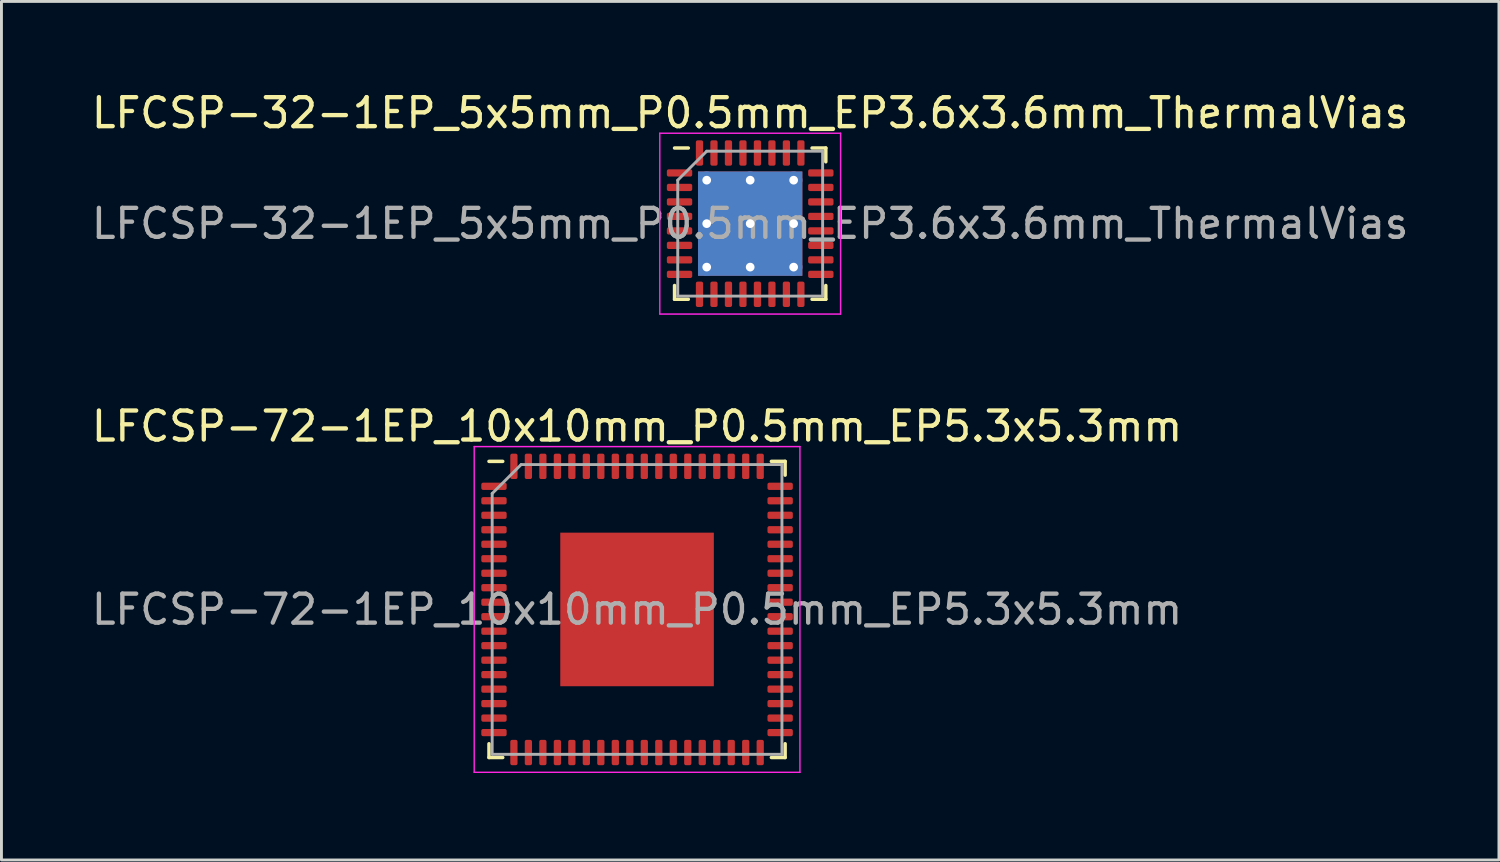
<source format=kicad_pcb>
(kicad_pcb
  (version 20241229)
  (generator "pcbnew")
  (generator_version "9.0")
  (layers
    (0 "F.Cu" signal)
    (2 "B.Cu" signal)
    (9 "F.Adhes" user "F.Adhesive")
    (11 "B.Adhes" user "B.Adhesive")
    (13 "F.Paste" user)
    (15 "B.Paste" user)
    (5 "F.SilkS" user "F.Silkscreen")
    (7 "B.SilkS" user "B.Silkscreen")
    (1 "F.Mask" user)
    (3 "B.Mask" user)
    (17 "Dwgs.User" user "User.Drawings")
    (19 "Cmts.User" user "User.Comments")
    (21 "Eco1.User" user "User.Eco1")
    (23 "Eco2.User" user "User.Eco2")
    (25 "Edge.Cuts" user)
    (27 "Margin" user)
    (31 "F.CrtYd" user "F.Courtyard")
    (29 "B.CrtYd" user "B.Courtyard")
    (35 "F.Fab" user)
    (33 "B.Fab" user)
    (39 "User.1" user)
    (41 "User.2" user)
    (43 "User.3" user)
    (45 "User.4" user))
  (footprint "LFCSP-72-1EP_10x10mm_P0.5mm_EP5.3x5.3mm"
    (layer "F.Cu")
    (at 18.935 17.982)
    (property "Reference" "LFCSP-72-1EP_10x10mm_P0.5mm_EP5.3x5.3mm" (at 0 -6.32 0) (layer "F.SilkS") (effects (font (size 1 1) (thickness 0.15))))
    (attr smd)
    (fp_line (start -5.11 5.11) (end -5.11 4.635) (stroke (width 0.12) (type solid)) (layer "F.SilkS"))
    (fp_line (start -4.635 -5.11) (end -5.11 -5.11) (stroke (width 0.12) (type solid)) (layer "F.SilkS"))
    (fp_line (start -4.635 5.11) (end -5.11 5.11) (stroke (width 0.12) (type solid)) (layer "F.SilkS"))
    (fp_line (start 4.635 -5.11) (end 5.11 -5.11) (stroke (width 0.12) (type solid)) (layer "F.SilkS"))
    (fp_line (start 4.635 5.11) (end 5.11 5.11) (stroke (width 0.12) (type solid)) (layer "F.SilkS"))
    (fp_line (start 5.11 -5.11) (end 5.11 -4.635) (stroke (width 0.12) (type solid)) (layer "F.SilkS"))
    (fp_line (start 5.11 5.11) (end 5.11 4.635) (stroke (width 0.12) (type solid)) (layer "F.SilkS"))
    (fp_line (start -5.62 -5.62) (end -5.62 5.62) (stroke (width 0.05) (type solid)) (layer "F.CrtYd"))
    (fp_line (start -5.62 5.62) (end 5.62 5.62) (stroke (width 0.05) (type solid)) (layer "F.CrtYd"))
    (fp_line (start 5.62 -5.62) (end -5.62 -5.62) (stroke (width 0.05) (type solid)) (layer "F.CrtYd"))
    (fp_line (start 5.62 5.62) (end 5.62 -5.62) (stroke (width 0.05) (type solid)) (layer "F.CrtYd"))
    (fp_line (start -5 -4) (end -4 -5) (stroke (width 0.1) (type solid)) (layer "F.Fab"))
    (fp_line (start -5 5) (end -5 -4) (stroke (width 0.1) (type solid)) (layer "F.Fab"))
    (fp_line (start -4 -5) (end 5 -5) (stroke (width 0.1) (type solid)) (layer "F.Fab"))
    (fp_line (start 5 -5) (end 5 5) (stroke (width 0.1) (type solid)) (layer "F.Fab"))
    (fp_line (start 5 5) (end -5 5) (stroke (width 0.1) (type solid)) (layer "F.Fab"))
    (fp_text user "${REFERENCE}" (at 0 0 0) (layer "F.Fab") (effects (font (size 1 1) (thickness 0.15))))
    (pad "" smd roundrect (at -1.77 -1.77) (size 1.42 1.42) (layers "F.Paste") (roundrect_rratio 0.176))
    (pad "" smd roundrect (at -1.77 0) (size 1.42 1.42) (layers "F.Paste") (roundrect_rratio 0.176))
    (pad "" smd roundrect (at -1.77 1.77) (size 1.42 1.42) (layers "F.Paste") (roundrect_rratio 0.176))
    (pad "" smd roundrect (at 0 -1.77) (size 1.42 1.42) (layers "F.Paste") (roundrect_rratio 0.176))
    (pad "" smd roundrect (at 0 0) (size 1.42 1.42) (layers "F.Paste") (roundrect_rratio 0.176))
    (pad "" smd roundrect (at 0 1.77) (size 1.42 1.42) (layers "F.Paste") (roundrect_rratio 0.176))
    (pad "" smd roundrect (at 1.77 -1.77) (size 1.42 1.42) (layers "F.Paste") (roundrect_rratio 0.176))
    (pad "" smd roundrect (at 1.77 0) (size 1.42 1.42) (layers "F.Paste") (roundrect_rratio 0.176))
    (pad "" smd roundrect (at 1.77 1.77) (size 1.42 1.42) (layers "F.Paste") (roundrect_rratio 0.176))
    (pad "1" smd roundrect (at -4.938 -4.25) (size 0.875 0.25) (layers "F.Cu" "F.Mask" "F.Paste") (roundrect_rratio 0.25))
    (pad "2" smd roundrect (at -4.938 -3.75) (size 0.875 0.25) (layers "F.Cu" "F.Mask" "F.Paste") (roundrect_rratio 0.25))
    (pad "3" smd roundrect (at -4.938 -3.25) (size 0.875 0.25) (layers "F.Cu" "F.Mask" "F.Paste") (roundrect_rratio 0.25))
    (pad "4" smd roundrect (at -4.938 -2.75) (size 0.875 0.25) (layers "F.Cu" "F.Mask" "F.Paste") (roundrect_rratio 0.25))
    (pad "5" smd roundrect (at -4.938 -2.25) (size 0.875 0.25) (layers "F.Cu" "F.Mask" "F.Paste") (roundrect_rratio 0.25))
    (pad "6" smd roundrect (at -4.938 -1.75) (size 0.875 0.25) (layers "F.Cu" "F.Mask" "F.Paste") (roundrect_rratio 0.25))
    (pad "7" smd roundrect (at -4.938 -1.25) (size 0.875 0.25) (layers "F.Cu" "F.Mask" "F.Paste") (roundrect_rratio 0.25))
    (pad "8" smd roundrect (at -4.938 -0.75) (size 0.875 0.25) (layers "F.Cu" "F.Mask" "F.Paste") (roundrect_rratio 0.25))
    (pad "9" smd roundrect (at -4.938 -0.25) (size 0.875 0.25) (layers "F.Cu" "F.Mask" "F.Paste") (roundrect_rratio 0.25))
    (pad "10" smd roundrect (at -4.938 0.25) (size 0.875 0.25) (layers "F.Cu" "F.Mask" "F.Paste") (roundrect_rratio 0.25))
    (pad "11" smd roundrect (at -4.938 0.75) (size 0.875 0.25) (layers "F.Cu" "F.Mask" "F.Paste") (roundrect_rratio 0.25))
    (pad "12" smd roundrect (at -4.938 1.25) (size 0.875 0.25) (layers "F.Cu" "F.Mask" "F.Paste") (roundrect_rratio 0.25))
    (pad "13" smd roundrect (at -4.938 1.75) (size 0.875 0.25) (layers "F.Cu" "F.Mask" "F.Paste") (roundrect_rratio 0.25))
    (pad "14" smd roundrect (at -4.938 2.25) (size 0.875 0.25) (layers "F.Cu" "F.Mask" "F.Paste") (roundrect_rratio 0.25))
    (pad "15" smd roundrect (at -4.938 2.75) (size 0.875 0.25) (layers "F.Cu" "F.Mask" "F.Paste") (roundrect_rratio 0.25))
    (pad "16" smd roundrect (at -4.938 3.25) (size 0.875 0.25) (layers "F.Cu" "F.Mask" "F.Paste") (roundrect_rratio 0.25))
    (pad "17" smd roundrect (at -4.938 3.75) (size 0.875 0.25) (layers "F.Cu" "F.Mask" "F.Paste") (roundrect_rratio 0.25))
    (pad "18" smd roundrect (at -4.938 4.25) (size 0.875 0.25) (layers "F.Cu" "F.Mask" "F.Paste") (roundrect_rratio 0.25))
    (pad "19" smd roundrect (at -4.25 4.938) (size 0.25 0.875) (layers "F.Cu" "F.Mask" "F.Paste") (roundrect_rratio 0.25))
    (pad "20" smd roundrect (at -3.75 4.938) (size 0.25 0.875) (layers "F.Cu" "F.Mask" "F.Paste") (roundrect_rratio 0.25))
    (pad "21" smd roundrect (at -3.25 4.938) (size 0.25 0.875) (layers "F.Cu" "F.Mask" "F.Paste") (roundrect_rratio 0.25))
    (pad "22" smd roundrect (at -2.75 4.938) (size 0.25 0.875) (layers "F.Cu" "F.Mask" "F.Paste") (roundrect_rratio 0.25))
    (pad "23" smd roundrect (at -2.25 4.938) (size 0.25 0.875) (layers "F.Cu" "F.Mask" "F.Paste") (roundrect_rratio 0.25))
    (pad "24" smd roundrect (at -1.75 4.938) (size 0.25 0.875) (layers "F.Cu" "F.Mask" "F.Paste") (roundrect_rratio 0.25))
    (pad "25" smd roundrect (at -1.25 4.938) (size 0.25 0.875) (layers "F.Cu" "F.Mask" "F.Paste") (roundrect_rratio 0.25))
    (pad "26" smd roundrect (at -0.75 4.938) (size 0.25 0.875) (layers "F.Cu" "F.Mask" "F.Paste") (roundrect_rratio 0.25))
    (pad "27" smd roundrect (at -0.25 4.938) (size 0.25 0.875) (layers "F.Cu" "F.Mask" "F.Paste") (roundrect_rratio 0.25))
    (pad "28" smd roundrect (at 0.25 4.938) (size 0.25 0.875) (layers "F.Cu" "F.Mask" "F.Paste") (roundrect_rratio 0.25))
    (pad "29" smd roundrect (at 0.75 4.938) (size 0.25 0.875) (layers "F.Cu" "F.Mask" "F.Paste") (roundrect_rratio 0.25))
    (pad "30" smd roundrect (at 1.25 4.938) (size 0.25 0.875) (layers "F.Cu" "F.Mask" "F.Paste") (roundrect_rratio 0.25))
    (pad "31" smd roundrect (at 1.75 4.938) (size 0.25 0.875) (layers "F.Cu" "F.Mask" "F.Paste") (roundrect_rratio 0.25))
    (pad "32" smd roundrect (at 2.25 4.938) (size 0.25 0.875) (layers "F.Cu" "F.Mask" "F.Paste") (roundrect_rratio 0.25))
    (pad "33" smd roundrect (at 2.75 4.938) (size 0.25 0.875) (layers "F.Cu" "F.Mask" "F.Paste") (roundrect_rratio 0.25))
    (pad "34" smd roundrect (at 3.25 4.938) (size 0.25 0.875) (layers "F.Cu" "F.Mask" "F.Paste") (roundrect_rratio 0.25))
    (pad "35" smd roundrect (at 3.75 4.938) (size 0.25 0.875) (layers "F.Cu" "F.Mask" "F.Paste") (roundrect_rratio 0.25))
    (pad "36" smd roundrect (at 4.25 4.938) (size 0.25 0.875) (layers "F.Cu" "F.Mask" "F.Paste") (roundrect_rratio 0.25))
    (pad "37" smd roundrect (at 4.938 4.25) (size 0.875 0.25) (layers "F.Cu" "F.Mask" "F.Paste") (roundrect_rratio 0.25))
    (pad "38" smd roundrect (at 4.938 3.75) (size 0.875 0.25) (layers "F.Cu" "F.Mask" "F.Paste") (roundrect_rratio 0.25))
    (pad "39" smd roundrect (at 4.938 3.25) (size 0.875 0.25) (layers "F.Cu" "F.Mask" "F.Paste") (roundrect_rratio 0.25))
    (pad "40" smd roundrect (at 4.938 2.75) (size 0.875 0.25) (layers "F.Cu" "F.Mask" "F.Paste") (roundrect_rratio 0.25))
    (pad "41" smd roundrect (at 4.938 2.25) (size 0.875 0.25) (layers "F.Cu" "F.Mask" "F.Paste") (roundrect_rratio 0.25))
    (pad "42" smd roundrect (at 4.938 1.75) (size 0.875 0.25) (layers "F.Cu" "F.Mask" "F.Paste") (roundrect_rratio 0.25))
    (pad "43" smd roundrect (at 4.938 1.25) (size 0.875 0.25) (layers "F.Cu" "F.Mask" "F.Paste") (roundrect_rratio 0.25))
    (pad "44" smd roundrect (at 4.938 0.75) (size 0.875 0.25) (layers "F.Cu" "F.Mask" "F.Paste") (roundrect_rratio 0.25))
    (pad "45" smd roundrect (at 4.938 0.25) (size 0.875 0.25) (layers "F.Cu" "F.Mask" "F.Paste") (roundrect_rratio 0.25))
    (pad "46" smd roundrect (at 4.938 -0.25) (size 0.875 0.25) (layers "F.Cu" "F.Mask" "F.Paste") (roundrect_rratio 0.25))
    (pad "47" smd roundrect (at 4.938 -0.75) (size 0.875 0.25) (layers "F.Cu" "F.Mask" "F.Paste") (roundrect_rratio 0.25))
    (pad "48" smd roundrect (at 4.938 -1.25) (size 0.875 0.25) (layers "F.Cu" "F.Mask" "F.Paste") (roundrect_rratio 0.25))
    (pad "49" smd roundrect (at 4.938 -1.75) (size 0.875 0.25) (layers "F.Cu" "F.Mask" "F.Paste") (roundrect_rratio 0.25))
    (pad "50" smd roundrect (at 4.938 -2.25) (size 0.875 0.25) (layers "F.Cu" "F.Mask" "F.Paste") (roundrect_rratio 0.25))
    (pad "51" smd roundrect (at 4.938 -2.75) (size 0.875 0.25) (layers "F.Cu" "F.Mask" "F.Paste") (roundrect_rratio 0.25))
    (pad "52" smd roundrect (at 4.938 -3.25) (size 0.875 0.25) (layers "F.Cu" "F.Mask" "F.Paste") (roundrect_rratio 0.25))
    (pad "53" smd roundrect (at 4.938 -3.75) (size 0.875 0.25) (layers "F.Cu" "F.Mask" "F.Paste") (roundrect_rratio 0.25))
    (pad "54" smd roundrect (at 4.938 -4.25) (size 0.875 0.25) (layers "F.Cu" "F.Mask" "F.Paste") (roundrect_rratio 0.25))
    (pad "55" smd roundrect (at 4.25 -4.938) (size 0.25 0.875) (layers "F.Cu" "F.Mask" "F.Paste") (roundrect_rratio 0.25))
    (pad "56" smd roundrect (at 3.75 -4.938) (size 0.25 0.875) (layers "F.Cu" "F.Mask" "F.Paste") (roundrect_rratio 0.25))
    (pad "57" smd roundrect (at 3.25 -4.938) (size 0.25 0.875) (layers "F.Cu" "F.Mask" "F.Paste") (roundrect_rratio 0.25))
    (pad "58" smd roundrect (at 2.75 -4.938) (size 0.25 0.875) (layers "F.Cu" "F.Mask" "F.Paste") (roundrect_rratio 0.25))
    (pad "59" smd roundrect (at 2.25 -4.938) (size 0.25 0.875) (layers "F.Cu" "F.Mask" "F.Paste") (roundrect_rratio 0.25))
    (pad "60" smd roundrect (at 1.75 -4.938) (size 0.25 0.875) (layers "F.Cu" "F.Mask" "F.Paste") (roundrect_rratio 0.25))
    (pad "61" smd roundrect (at 1.25 -4.938) (size 0.25 0.875) (layers "F.Cu" "F.Mask" "F.Paste") (roundrect_rratio 0.25))
    (pad "62" smd roundrect (at 0.75 -4.938) (size 0.25 0.875) (layers "F.Cu" "F.Mask" "F.Paste") (roundrect_rratio 0.25))
    (pad "63" smd roundrect (at 0.25 -4.938) (size 0.25 0.875) (layers "F.Cu" "F.Mask" "F.Paste") (roundrect_rratio 0.25))
    (pad "64" smd roundrect (at -0.25 -4.938) (size 0.25 0.875) (layers "F.Cu" "F.Mask" "F.Paste") (roundrect_rratio 0.25))
    (pad "65" smd roundrect (at -0.75 -4.938) (size 0.25 0.875) (layers "F.Cu" "F.Mask" "F.Paste") (roundrect_rratio 0.25))
    (pad "66" smd roundrect (at -1.25 -4.938) (size 0.25 0.875) (layers "F.Cu" "F.Mask" "F.Paste") (roundrect_rratio 0.25))
    (pad "67" smd roundrect (at -1.75 -4.938) (size 0.25 0.875) (layers "F.Cu" "F.Mask" "F.Paste") (roundrect_rratio 0.25))
    (pad "68" smd roundrect (at -2.25 -4.938) (size 0.25 0.875) (layers "F.Cu" "F.Mask" "F.Paste") (roundrect_rratio 0.25))
    (pad "69" smd roundrect (at -2.75 -4.938) (size 0.25 0.875) (layers "F.Cu" "F.Mask" "F.Paste") (roundrect_rratio 0.25))
    (pad "70" smd roundrect (at -3.25 -4.938) (size 0.25 0.875) (layers "F.Cu" "F.Mask" "F.Paste") (roundrect_rratio 0.25))
    (pad "71" smd roundrect (at -3.75 -4.938) (size 0.25 0.875) (layers "F.Cu" "F.Mask" "F.Paste") (roundrect_rratio 0.25))
    (pad "72" smd roundrect (at -4.25 -4.938) (size 0.25 0.875) (layers "F.Cu" "F.Mask" "F.Paste") (roundrect_rratio 0.25))
    (pad "73" smd rect (at 0 0) (size 5.3 5.3) (layers "F.Cu" "F.Mask")))
  (footprint "LFCSP-32-1EP_5x5mm_P0.5mm_EP3.6x3.6mm_ThermalVias"
    (layer "F.Cu")
    (at 22.839 4.668)
    (property "Reference" "LFCSP-32-1EP_5x5mm_P0.5mm_EP3.6x3.6mm_ThermalVias" (at 0 -3.82 0) (layer "F.SilkS") (effects (font (size 1 1) (thickness 0.15))))
    (attr smd)
    (fp_line (start -2.61 2.61) (end -2.61 2.135) (stroke (width 0.12) (type solid)) (layer "F.SilkS"))
    (fp_line (start -2.135 -2.61) (end -2.61 -2.61) (stroke (width 0.12) (type solid)) (layer "F.SilkS"))
    (fp_line (start -2.135 2.61) (end -2.61 2.61) (stroke (width 0.12) (type solid)) (layer "F.SilkS"))
    (fp_line (start 2.135 -2.61) (end 2.61 -2.61) (stroke (width 0.12) (type solid)) (layer "F.SilkS"))
    (fp_line (start 2.135 2.61) (end 2.61 2.61) (stroke (width 0.12) (type solid)) (layer "F.SilkS"))
    (fp_line (start 2.61 -2.61) (end 2.61 -2.135) (stroke (width 0.12) (type solid)) (layer "F.SilkS"))
    (fp_line (start 2.61 2.61) (end 2.61 2.135) (stroke (width 0.12) (type solid)) (layer "F.SilkS"))
    (fp_line (start -3.12 -3.12) (end -3.12 3.12) (stroke (width 0.05) (type solid)) (layer "F.CrtYd"))
    (fp_line (start -3.12 3.12) (end 3.12 3.12) (stroke (width 0.05) (type solid)) (layer "F.CrtYd"))
    (fp_line (start 3.12 -3.12) (end -3.12 -3.12) (stroke (width 0.05) (type solid)) (layer "F.CrtYd"))
    (fp_line (start 3.12 3.12) (end 3.12 -3.12) (stroke (width 0.05) (type solid)) (layer "F.CrtYd"))
    (fp_line (start -2.5 -1.5) (end -1.5 -2.5) (stroke (width 0.1) (type solid)) (layer "F.Fab"))
    (fp_line (start -2.5 2.5) (end -2.5 -1.5) (stroke (width 0.1) (type solid)) (layer "F.Fab"))
    (fp_line (start -1.5 -2.5) (end 2.5 -2.5) (stroke (width 0.1) (type solid)) (layer "F.Fab"))
    (fp_line (start 2.5 -2.5) (end 2.5 2.5) (stroke (width 0.1) (type solid)) (layer "F.Fab"))
    (fp_line (start 2.5 2.5) (end -2.5 2.5) (stroke (width 0.1) (type solid)) (layer "F.Fab"))
    (fp_text user "${REFERENCE}" (at 0 0 0) (layer "F.Fab") (effects (font (size 1 1) (thickness 0.15))))
    (pad "" smd roundrect (at -0.9 -0.9) (size 1.51 1.51) (layers "F.Paste") (roundrect_rratio 0.166))
    (pad "" smd roundrect (at -0.9 0.9) (size 1.51 1.51) (layers "F.Paste") (roundrect_rratio 0.166))
    (pad "" smd roundrect (at 0.9 -0.9) (size 1.51 1.51) (layers "F.Paste") (roundrect_rratio 0.166))
    (pad "" smd roundrect (at 0.9 0.9) (size 1.51 1.51) (layers "F.Paste") (roundrect_rratio 0.166))
    (pad "1" smd roundrect (at -2.438 -1.75) (size 0.875 0.25) (layers "F.Cu" "F.Mask" "F.Paste") (roundrect_rratio 0.25))
    (pad "2" smd roundrect (at -2.438 -1.25) (size 0.875 0.25) (layers "F.Cu" "F.Mask" "F.Paste") (roundrect_rratio 0.25))
    (pad "3" smd roundrect (at -2.438 -0.75) (size 0.875 0.25) (layers "F.Cu" "F.Mask" "F.Paste") (roundrect_rratio 0.25))
    (pad "4" smd roundrect (at -2.438 -0.25) (size 0.875 0.25) (layers "F.Cu" "F.Mask" "F.Paste") (roundrect_rratio 0.25))
    (pad "5" smd roundrect (at -2.438 0.25) (size 0.875 0.25) (layers "F.Cu" "F.Mask" "F.Paste") (roundrect_rratio 0.25))
    (pad "6" smd roundrect (at -2.438 0.75) (size 0.875 0.25) (layers "F.Cu" "F.Mask" "F.Paste") (roundrect_rratio 0.25))
    (pad "7" smd roundrect (at -2.438 1.25) (size 0.875 0.25) (layers "F.Cu" "F.Mask" "F.Paste") (roundrect_rratio 0.25))
    (pad "8" smd roundrect (at -2.438 1.75) (size 0.875 0.25) (layers "F.Cu" "F.Mask" "F.Paste") (roundrect_rratio 0.25))
    (pad "9" smd roundrect (at -1.75 2.438) (size 0.25 0.875) (layers "F.Cu" "F.Mask" "F.Paste") (roundrect_rratio 0.25))
    (pad "10" smd roundrect (at -1.25 2.438) (size 0.25 0.875) (layers "F.Cu" "F.Mask" "F.Paste") (roundrect_rratio 0.25))
    (pad "11" smd roundrect (at -0.75 2.438) (size 0.25 0.875) (layers "F.Cu" "F.Mask" "F.Paste") (roundrect_rratio 0.25))
    (pad "12" smd roundrect (at -0.25 2.438) (size 0.25 0.875) (layers "F.Cu" "F.Mask" "F.Paste") (roundrect_rratio 0.25))
    (pad "13" smd roundrect (at 0.25 2.438) (size 0.25 0.875) (layers "F.Cu" "F.Mask" "F.Paste") (roundrect_rratio 0.25))
    (pad "14" smd roundrect (at 0.75 2.438) (size 0.25 0.875) (layers "F.Cu" "F.Mask" "F.Paste") (roundrect_rratio 0.25))
    (pad "15" smd roundrect (at 1.25 2.438) (size 0.25 0.875) (layers "F.Cu" "F.Mask" "F.Paste") (roundrect_rratio 0.25))
    (pad "16" smd roundrect (at 1.75 2.438) (size 0.25 0.875) (layers "F.Cu" "F.Mask" "F.Paste") (roundrect_rratio 0.25))
    (pad "17" smd roundrect (at 2.438 1.75) (size 0.875 0.25) (layers "F.Cu" "F.Mask" "F.Paste") (roundrect_rratio 0.25))
    (pad "18" smd roundrect (at 2.438 1.25) (size 0.875 0.25) (layers "F.Cu" "F.Mask" "F.Paste") (roundrect_rratio 0.25))
    (pad "19" smd roundrect (at 2.438 0.75) (size 0.875 0.25) (layers "F.Cu" "F.Mask" "F.Paste") (roundrect_rratio 0.25))
    (pad "20" smd roundrect (at 2.438 0.25) (size 0.875 0.25) (layers "F.Cu" "F.Mask" "F.Paste") (roundrect_rratio 0.25))
    (pad "21" smd roundrect (at 2.438 -0.25) (size 0.875 0.25) (layers "F.Cu" "F.Mask" "F.Paste") (roundrect_rratio 0.25))
    (pad "22" smd roundrect (at 2.438 -0.75) (size 0.875 0.25) (layers "F.Cu" "F.Mask" "F.Paste") (roundrect_rratio 0.25))
    (pad "23" smd roundrect (at 2.438 -1.25) (size 0.875 0.25) (layers "F.Cu" "F.Mask" "F.Paste") (roundrect_rratio 0.25))
    (pad "24" smd roundrect (at 2.438 -1.75) (size 0.875 0.25) (layers "F.Cu" "F.Mask" "F.Paste") (roundrect_rratio 0.25))
    (pad "25" smd roundrect (at 1.75 -2.438) (size 0.25 0.875) (layers "F.Cu" "F.Mask" "F.Paste") (roundrect_rratio 0.25))
    (pad "26" smd roundrect (at 1.25 -2.438) (size 0.25 0.875) (layers "F.Cu" "F.Mask" "F.Paste") (roundrect_rratio 0.25))
    (pad "27" smd roundrect (at 0.75 -2.438) (size 0.25 0.875) (layers "F.Cu" "F.Mask" "F.Paste") (roundrect_rratio 0.25))
    (pad "28" smd roundrect (at 0.25 -2.438) (size 0.25 0.875) (layers "F.Cu" "F.Mask" "F.Paste") (roundrect_rratio 0.25))
    (pad "29" smd roundrect (at -0.25 -2.438) (size 0.25 0.875) (layers "F.Cu" "F.Mask" "F.Paste") (roundrect_rratio 0.25))
    (pad "30" smd roundrect (at -0.75 -2.438) (size 0.25 0.875) (layers "F.Cu" "F.Mask" "F.Paste") (roundrect_rratio 0.25))
    (pad "31" smd roundrect (at -1.25 -2.438) (size 0.25 0.875) (layers "F.Cu" "F.Mask" "F.Paste") (roundrect_rratio 0.25))
    (pad "32" smd roundrect (at -1.75 -2.438) (size 0.25 0.875) (layers "F.Cu" "F.Mask" "F.Paste") (roundrect_rratio 0.25))
    (pad "33" thru_hole circle (at -1.5 -1.5) (size 0.6 0.6) (drill 0.3) (layers "*.Cu"))
    (pad "33" thru_hole circle (at -1.5 0) (size 0.6 0.6) (drill 0.3) (layers "*.Cu"))
    (pad "33" thru_hole circle (at -1.5 1.5) (size 0.6 0.6) (drill 0.3) (layers "*.Cu"))
    (pad "33" thru_hole circle (at 0 -1.5) (size 0.6 0.6) (drill 0.3) (layers "*.Cu"))
    (pad "33" thru_hole circle (at 0 0) (size 0.6 0.6) (drill 0.3) (layers "*.Cu"))
    (pad "33" smd rect (at 0 0) (size 3.6 3.6) (layers "F.Cu" "F.Mask"))
    (pad "33" smd rect (at 0 0) (size 3.6 3.6) (layers "B.Cu"))
    (pad "33" thru_hole circle (at 0 1.5) (size 0.6 0.6) (drill 0.3) (layers "*.Cu"))
    (pad "33" thru_hole circle (at 1.5 -1.5) (size 0.6 0.6) (drill 0.3) (layers "*.Cu"))
    (pad "33" thru_hole circle (at 1.5 0) (size 0.6 0.6) (drill 0.3) (layers "*.Cu"))
    (pad "33" thru_hole circle (at 1.5 1.5) (size 0.6 0.6) (drill 0.3) (layers "*.Cu")))
  (gr_rect
    (start -3 -3)
    (end 48.679 26.627)
    (stroke (width 0.1) (type default))
    (fill no)
    (layer "Edge.Cuts")))
</source>
